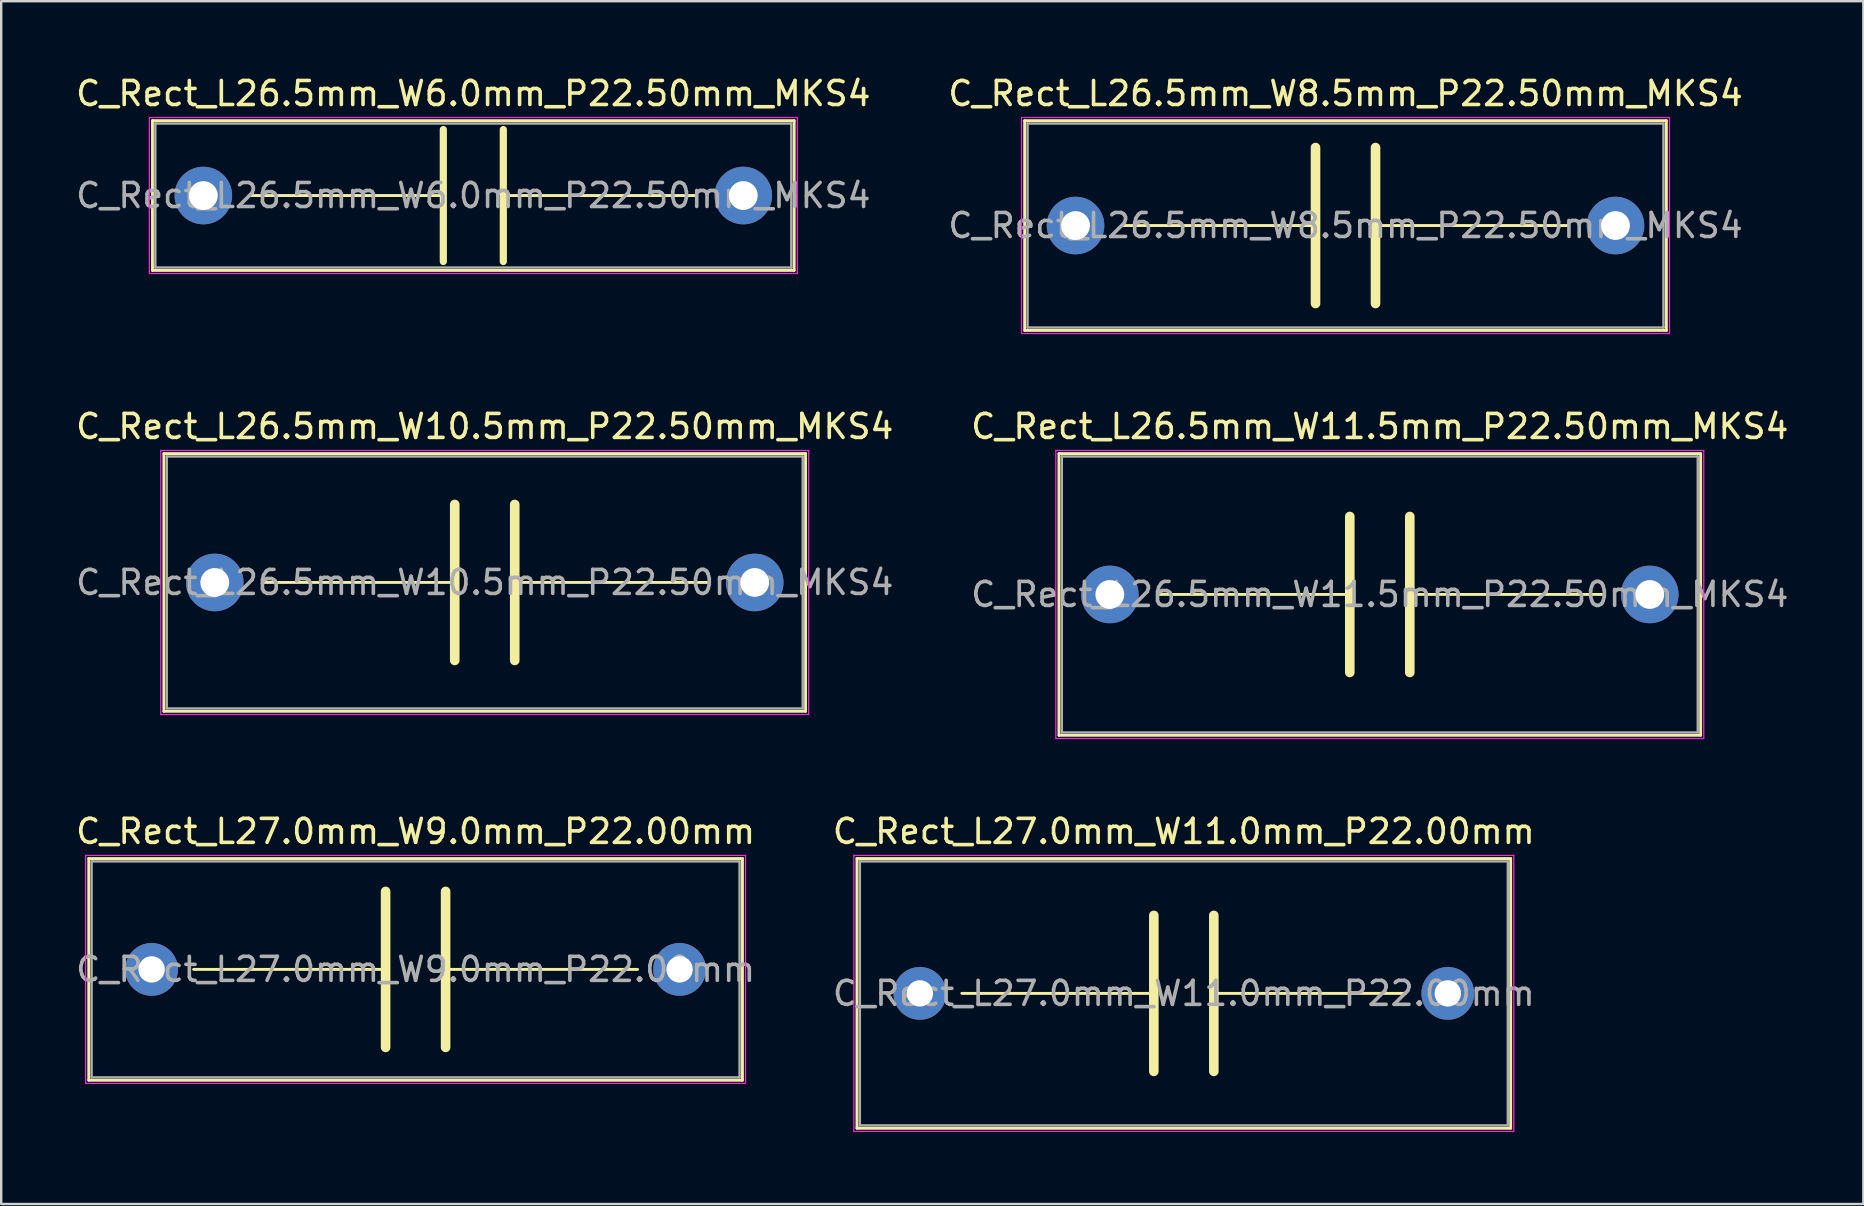
<source format=kicad_pcb>
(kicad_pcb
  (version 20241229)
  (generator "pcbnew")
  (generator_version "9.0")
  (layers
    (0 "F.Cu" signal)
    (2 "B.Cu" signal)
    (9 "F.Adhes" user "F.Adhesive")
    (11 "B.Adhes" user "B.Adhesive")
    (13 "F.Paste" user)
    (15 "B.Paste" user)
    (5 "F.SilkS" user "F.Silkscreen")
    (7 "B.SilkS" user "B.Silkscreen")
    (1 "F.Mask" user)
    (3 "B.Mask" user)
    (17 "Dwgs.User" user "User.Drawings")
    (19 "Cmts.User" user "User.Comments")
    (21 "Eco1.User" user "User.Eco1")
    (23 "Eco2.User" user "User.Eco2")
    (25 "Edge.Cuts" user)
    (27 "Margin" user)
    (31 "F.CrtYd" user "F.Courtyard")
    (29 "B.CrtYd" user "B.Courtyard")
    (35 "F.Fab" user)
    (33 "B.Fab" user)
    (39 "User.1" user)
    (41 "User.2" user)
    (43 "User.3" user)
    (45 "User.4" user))
  (footprint "C_Rect_L26.5mm_W8.5mm_P22.50mm_MKS4"
    (layer "F.Cu")
    (at 41.768 6.348)
    (property "Reference" "C_Rect_L26.5mm_W8.5mm_P22.50mm_MKS4" (at 11.25 -5.5 0) (layer "F.SilkS") (effects (font (size 1 1) (thickness 0.15))))
    (attr through_hole)
    (fp_line (start -2.12 -4.37) (end -2.12 4.37) (stroke (width 0.12) (type solid)) (layer "F.SilkS"))
    (fp_line (start -2.12 -4.37) (end 24.62 -4.37) (stroke (width 0.12) (type solid)) (layer "F.SilkS"))
    (fp_line (start -2.12 4.37) (end 24.62 4.37) (stroke (width 0.12) (type solid)) (layer "F.SilkS"))
    (fp_line (start 2 0) (end 10 0) (stroke (width 0.12) (type solid)) (layer "F.SilkS"))
    (fp_line (start 10 -3.25) (end 10 3.25) (stroke (width 0.4) (type solid)) (layer "F.SilkS"))
    (fp_line (start 12.5 -3.25) (end 12.5 3.25) (stroke (width 0.4) (type solid)) (layer "F.SilkS"))
    (fp_line (start 12.5 0) (end 20.5 0) (stroke (width 0.12) (type solid)) (layer "F.SilkS"))
    (fp_line (start 24.62 -4.37) (end 24.62 4.37) (stroke (width 0.12) (type solid)) (layer "F.SilkS"))
    (fp_line (start -2.25 -4.5) (end -2.25 4.5) (stroke (width 0.05) (type solid)) (layer "F.CrtYd"))
    (fp_line (start -2.25 4.5) (end 24.75 4.5) (stroke (width 0.05) (type solid)) (layer "F.CrtYd"))
    (fp_line (start 24.75 -4.5) (end -2.25 -4.5) (stroke (width 0.05) (type solid)) (layer "F.CrtYd"))
    (fp_line (start 24.75 4.5) (end 24.75 -4.5) (stroke (width 0.05) (type solid)) (layer "F.CrtYd"))
    (fp_line (start -2 -4.25) (end -2 4.25) (stroke (width 0.1) (type solid)) (layer "F.Fab"))
    (fp_line (start -2 4.25) (end 24.5 4.25) (stroke (width 0.1) (type solid)) (layer "F.Fab"))
    (fp_line (start 24.5 -4.25) (end -2 -4.25) (stroke (width 0.1) (type solid)) (layer "F.Fab"))
    (fp_line (start 24.5 4.25) (end 24.5 -4.25) (stroke (width 0.1) (type solid)) (layer "F.Fab"))
    (fp_text user "${REFERENCE}" (at 11.25 0 0) (layer "F.Fab") (effects (font (size 1 1) (thickness 0.15))))
    (pad "1" thru_hole circle (at 0 0) (size 2.4 2.4) (drill 1.2) (layers "*.Cu" "*.Mask"))
    (pad "2" thru_hole circle (at 22.5 0) (size 2.4 2.4) (drill 1.2) (layers "*.Cu" "*.Mask")))
  (footprint "C_Rect_L26.5mm_W11.5mm_P22.50mm_MKS4"
    (layer "F.Cu")
    (at 43.196 21.721)
    (property "Reference" "C_Rect_L26.5mm_W11.5mm_P22.50mm_MKS4" (at 11.25 -7 0) (layer "F.SilkS") (effects (font (size 1 1) (thickness 0.15))))
    (attr through_hole)
    (fp_line (start -2.12 -5.87) (end -2.12 5.87) (stroke (width 0.12) (type solid)) (layer "F.SilkS"))
    (fp_line (start -2.12 -5.87) (end 24.62 -5.87) (stroke (width 0.12) (type solid)) (layer "F.SilkS"))
    (fp_line (start -2.12 5.87) (end 24.62 5.87) (stroke (width 0.12) (type solid)) (layer "F.SilkS"))
    (fp_line (start 2 0) (end 10 0) (stroke (width 0.12) (type solid)) (layer "F.SilkS"))
    (fp_line (start 10 -3.25) (end 10 3.25) (stroke (width 0.4) (type solid)) (layer "F.SilkS"))
    (fp_line (start 12.5 -3.25) (end 12.5 3.25) (stroke (width 0.4) (type solid)) (layer "F.SilkS"))
    (fp_line (start 12.5 0) (end 20.5 0) (stroke (width 0.12) (type solid)) (layer "F.SilkS"))
    (fp_line (start 24.62 -5.87) (end 24.62 5.87) (stroke (width 0.12) (type solid)) (layer "F.SilkS"))
    (fp_line (start -2.25 -6) (end -2.25 6) (stroke (width 0.05) (type solid)) (layer "F.CrtYd"))
    (fp_line (start -2.25 6) (end 24.75 6) (stroke (width 0.05) (type solid)) (layer "F.CrtYd"))
    (fp_line (start 24.75 -6) (end -2.25 -6) (stroke (width 0.05) (type solid)) (layer "F.CrtYd"))
    (fp_line (start 24.75 6) (end 24.75 -6) (stroke (width 0.05) (type solid)) (layer "F.CrtYd"))
    (fp_line (start -2 -5.75) (end -2 5.75) (stroke (width 0.1) (type solid)) (layer "F.Fab"))
    (fp_line (start -2 5.75) (end 24.5 5.75) (stroke (width 0.1) (type solid)) (layer "F.Fab"))
    (fp_line (start 24.5 -5.75) (end -2 -5.75) (stroke (width 0.1) (type solid)) (layer "F.Fab"))
    (fp_line (start 24.5 5.75) (end 24.5 -5.75) (stroke (width 0.1) (type solid)) (layer "F.Fab"))
    (fp_text user "${REFERENCE}" (at 11.25 0 0) (layer "F.Fab") (effects (font (size 1 1) (thickness 0.15))))
    (pad "1" thru_hole circle (at 0 0) (size 2.4 2.4) (drill 1.2) (layers "*.Cu" "*.Mask"))
    (pad "2" thru_hole circle (at 22.5 0) (size 2.4 2.4) (drill 1.2) (layers "*.Cu" "*.Mask")))
  (footprint "C_Rect_L26.5mm_W6.0mm_P22.50mm_MKS4"
    (layer "F.Cu")
    (at 5.423 5.098)
    (property "Reference" "C_Rect_L26.5mm_W6.0mm_P22.50mm_MKS4" (at 11.25 -4.25 0) (layer "F.SilkS") (effects (font (size 1 1) (thickness 0.15))))
    (attr through_hole)
    (fp_line (start -2.12 -3.12) (end -2.12 3.12) (stroke (width 0.12) (type solid)) (layer "F.SilkS"))
    (fp_line (start -2.12 -3.12) (end 24.62 -3.12) (stroke (width 0.12) (type solid)) (layer "F.SilkS"))
    (fp_line (start -2.12 3.12) (end 24.62 3.12) (stroke (width 0.12) (type solid)) (layer "F.SilkS"))
    (fp_line (start 2 0) (end 10 0) (stroke (width 0.12) (type solid)) (layer "F.SilkS"))
    (fp_line (start 10 -2.75) (end 10 2.75) (stroke (width 0.3) (type solid)) (layer "F.SilkS"))
    (fp_line (start 12.5 -2.75) (end 12.5 2.75) (stroke (width 0.3) (type solid)) (layer "F.SilkS"))
    (fp_line (start 12.5 0) (end 20.5 0) (stroke (width 0.12) (type solid)) (layer "F.SilkS"))
    (fp_line (start 24.62 -3.12) (end 24.62 3.12) (stroke (width 0.12) (type solid)) (layer "F.SilkS"))
    (fp_line (start -2.25 -3.25) (end -2.25 3.25) (stroke (width 0.05) (type solid)) (layer "F.CrtYd"))
    (fp_line (start -2.25 3.25) (end 24.75 3.25) (stroke (width 0.05) (type solid)) (layer "F.CrtYd"))
    (fp_line (start 24.75 -3.25) (end -2.25 -3.25) (stroke (width 0.05) (type solid)) (layer "F.CrtYd"))
    (fp_line (start 24.75 3.25) (end 24.75 -3.25) (stroke (width 0.05) (type solid)) (layer "F.CrtYd"))
    (fp_line (start -2 -3) (end -2 3) (stroke (width 0.1) (type solid)) (layer "F.Fab"))
    (fp_line (start -2 3) (end 24.5 3) (stroke (width 0.1) (type solid)) (layer "F.Fab"))
    (fp_line (start 24.5 -3) (end -2 -3) (stroke (width 0.1) (type solid)) (layer "F.Fab"))
    (fp_line (start 24.5 3) (end 24.5 -3) (stroke (width 0.1) (type solid)) (layer "F.Fab"))
    (fp_text user "${REFERENCE}" (at 11.25 0 0) (layer "F.Fab") (effects (font (size 1 1) (thickness 0.15))))
    (pad "1" thru_hole circle (at 0 0) (size 2.4 2.4) (drill 1.2) (layers "*.Cu" "*.Mask"))
    (pad "2" thru_hole circle (at 22.5 0) (size 2.4 2.4) (drill 1.2) (layers "*.Cu" "*.Mask")))
  (footprint "C_Rect_L27.0mm_W11.0mm_P22.00mm"
    (layer "F.Cu")
    (at 35.28 38.345)
    (property "Reference" "C_Rect_L27.0mm_W11.0mm_P22.00mm" (at 11 -6.75 0) (layer "F.SilkS") (effects (font (size 1 1) (thickness 0.15))))
    (attr through_hole)
    (fp_line (start -2.62 -5.62) (end -2.62 5.62) (stroke (width 0.12) (type solid)) (layer "F.SilkS"))
    (fp_line (start -2.62 -5.62) (end 24.62 -5.62) (stroke (width 0.12) (type solid)) (layer "F.SilkS"))
    (fp_line (start -2.62 5.62) (end 24.62 5.62) (stroke (width 0.12) (type solid)) (layer "F.SilkS"))
    (fp_line (start 1.75 0) (end 9.75 0) (stroke (width 0.12) (type solid)) (layer "F.SilkS"))
    (fp_line (start 9.75 -3.25) (end 9.75 3.25) (stroke (width 0.4) (type solid)) (layer "F.SilkS"))
    (fp_line (start 12.25 -3.25) (end 12.25 3.25) (stroke (width 0.4) (type solid)) (layer "F.SilkS"))
    (fp_line (start 12.25 0) (end 20.25 0) (stroke (width 0.12) (type solid)) (layer "F.SilkS"))
    (fp_line (start 24.62 -5.62) (end 24.62 5.62) (stroke (width 0.12) (type solid)) (layer "F.SilkS"))
    (fp_line (start -2.75 -5.75) (end -2.75 5.75) (stroke (width 0.05) (type solid)) (layer "F.CrtYd"))
    (fp_line (start -2.75 5.75) (end 24.75 5.75) (stroke (width 0.05) (type solid)) (layer "F.CrtYd"))
    (fp_line (start 24.75 -5.75) (end -2.75 -5.75) (stroke (width 0.05) (type solid)) (layer "F.CrtYd"))
    (fp_line (start 24.75 5.75) (end 24.75 -5.75) (stroke (width 0.05) (type solid)) (layer "F.CrtYd"))
    (fp_line (start -2.5 -5.5) (end -2.5 5.5) (stroke (width 0.1) (type solid)) (layer "F.Fab"))
    (fp_line (start -2.5 5.5) (end 24.5 5.5) (stroke (width 0.1) (type solid)) (layer "F.Fab"))
    (fp_line (start 24.5 -5.5) (end -2.5 -5.5) (stroke (width 0.1) (type solid)) (layer "F.Fab"))
    (fp_line (start 24.5 5.5) (end 24.5 -5.5) (stroke (width 0.1) (type solid)) (layer "F.Fab"))
    (fp_text user "${REFERENCE}" (at 11 0 0) (layer "F.Fab") (effects (font (size 1 1) (thickness 0.15))))
    (pad "1" thru_hole circle (at 0 0) (size 2.2 2.2) (drill 1.1) (layers "*.Cu" "*.Mask"))
    (pad "2" thru_hole circle (at 22 0) (size 2.2 2.2) (drill 1.1) (layers "*.Cu" "*.Mask")))
  (footprint "C_Rect_L27.0mm_W9.0mm_P22.00mm"
    (layer "F.Cu")
    (at 3.268 37.345)
    (property "Reference" "C_Rect_L27.0mm_W9.0mm_P22.00mm" (at 11 -5.75 0) (layer "F.SilkS") (effects (font (size 1 1) (thickness 0.15))))
    (attr through_hole)
    (fp_line (start -2.62 -4.62) (end -2.62 4.62) (stroke (width 0.12) (type solid)) (layer "F.SilkS"))
    (fp_line (start -2.62 -4.62) (end 24.62 -4.62) (stroke (width 0.12) (type solid)) (layer "F.SilkS"))
    (fp_line (start -2.62 4.62) (end 24.62 4.62) (stroke (width 0.12) (type solid)) (layer "F.SilkS"))
    (fp_line (start 1.75 0) (end 9.75 0) (stroke (width 0.12) (type solid)) (layer "F.SilkS"))
    (fp_line (start 9.75 -3.25) (end 9.75 3.25) (stroke (width 0.4) (type solid)) (layer "F.SilkS"))
    (fp_line (start 12.25 -3.25) (end 12.25 3.25) (stroke (width 0.4) (type solid)) (layer "F.SilkS"))
    (fp_line (start 12.25 0) (end 20.25 0) (stroke (width 0.12) (type solid)) (layer "F.SilkS"))
    (fp_line (start 24.62 -4.62) (end 24.62 4.62) (stroke (width 0.12) (type solid)) (layer "F.SilkS"))
    (fp_line (start -2.75 -4.75) (end -2.75 4.75) (stroke (width 0.05) (type solid)) (layer "F.CrtYd"))
    (fp_line (start -2.75 4.75) (end 24.75 4.75) (stroke (width 0.05) (type solid)) (layer "F.CrtYd"))
    (fp_line (start 24.75 -4.75) (end -2.75 -4.75) (stroke (width 0.05) (type solid)) (layer "F.CrtYd"))
    (fp_line (start 24.75 4.75) (end 24.75 -4.75) (stroke (width 0.05) (type solid)) (layer "F.CrtYd"))
    (fp_line (start -2.5 -4.5) (end -2.5 4.5) (stroke (width 0.1) (type solid)) (layer "F.Fab"))
    (fp_line (start -2.5 4.5) (end 24.5 4.5) (stroke (width 0.1) (type solid)) (layer "F.Fab"))
    (fp_line (start 24.5 -4.5) (end -2.5 -4.5) (stroke (width 0.1) (type solid)) (layer "F.Fab"))
    (fp_line (start 24.5 4.5) (end 24.5 -4.5) (stroke (width 0.1) (type solid)) (layer "F.Fab"))
    (fp_text user "${REFERENCE}" (at 11 0 0) (layer "F.Fab") (effects (font (size 1 1) (thickness 0.15))))
    (pad "1" thru_hole circle (at 0 0) (size 2.2 2.2) (drill 1.1) (layers "*.Cu" "*.Mask"))
    (pad "2" thru_hole circle (at 22 0) (size 2.2 2.2) (drill 1.1) (layers "*.Cu" "*.Mask")))
  (footprint "C_Rect_L26.5mm_W10.5mm_P22.50mm_MKS4"
    (layer "F.Cu")
    (at 5.899 21.221)
    (property "Reference" "C_Rect_L26.5mm_W10.5mm_P22.50mm_MKS4" (at 11.25 -6.5 0) (layer "F.SilkS") (effects (font (size 1 1) (thickness 0.15))))
    (attr through_hole)
    (fp_line (start -2.12 -5.37) (end -2.12 5.37) (stroke (width 0.12) (type solid)) (layer "F.SilkS"))
    (fp_line (start -2.12 -5.37) (end 24.62 -5.37) (stroke (width 0.12) (type solid)) (layer "F.SilkS"))
    (fp_line (start -2.12 5.37) (end 24.62 5.37) (stroke (width 0.12) (type solid)) (layer "F.SilkS"))
    (fp_line (start 2 0) (end 10 0) (stroke (width 0.12) (type solid)) (layer "F.SilkS"))
    (fp_line (start 10 -3.25) (end 10 3.25) (stroke (width 0.4) (type solid)) (layer "F.SilkS"))
    (fp_line (start 12.5 -3.25) (end 12.5 3.25) (stroke (width 0.4) (type solid)) (layer "F.SilkS"))
    (fp_line (start 12.5 0) (end 20.5 0) (stroke (width 0.12) (type solid)) (layer "F.SilkS"))
    (fp_line (start 24.62 -5.37) (end 24.62 5.37) (stroke (width 0.12) (type solid)) (layer "F.SilkS"))
    (fp_line (start -2.25 -5.5) (end -2.25 5.5) (stroke (width 0.05) (type solid)) (layer "F.CrtYd"))
    (fp_line (start -2.25 5.5) (end 24.75 5.5) (stroke (width 0.05) (type solid)) (layer "F.CrtYd"))
    (fp_line (start 24.75 -5.5) (end -2.25 -5.5) (stroke (width 0.05) (type solid)) (layer "F.CrtYd"))
    (fp_line (start 24.75 5.5) (end 24.75 -5.5) (stroke (width 0.05) (type solid)) (layer "F.CrtYd"))
    (fp_line (start -2 -5.25) (end -2 5.25) (stroke (width 0.1) (type solid)) (layer "F.Fab"))
    (fp_line (start -2 5.25) (end 24.5 5.25) (stroke (width 0.1) (type solid)) (layer "F.Fab"))
    (fp_line (start 24.5 -5.25) (end -2 -5.25) (stroke (width 0.1) (type solid)) (layer "F.Fab"))
    (fp_line (start 24.5 5.25) (end 24.5 -5.25) (stroke (width 0.1) (type solid)) (layer "F.Fab"))
    (fp_text user "${REFERENCE}" (at 11.25 0 0) (layer "F.Fab") (effects (font (size 1 1) (thickness 0.15))))
    (pad "1" thru_hole circle (at 0 0) (size 2.4 2.4) (drill 1.2) (layers "*.Cu" "*.Mask"))
    (pad "2" thru_hole circle (at 22.5 0) (size 2.4 2.4) (drill 1.2) (layers "*.Cu" "*.Mask")))
  (gr_rect
    (start -3 -3)
    (end 74.595 47.12)
    (stroke (width 0.1) (type default))
    (fill no)
    (layer "Edge.Cuts")))
</source>
